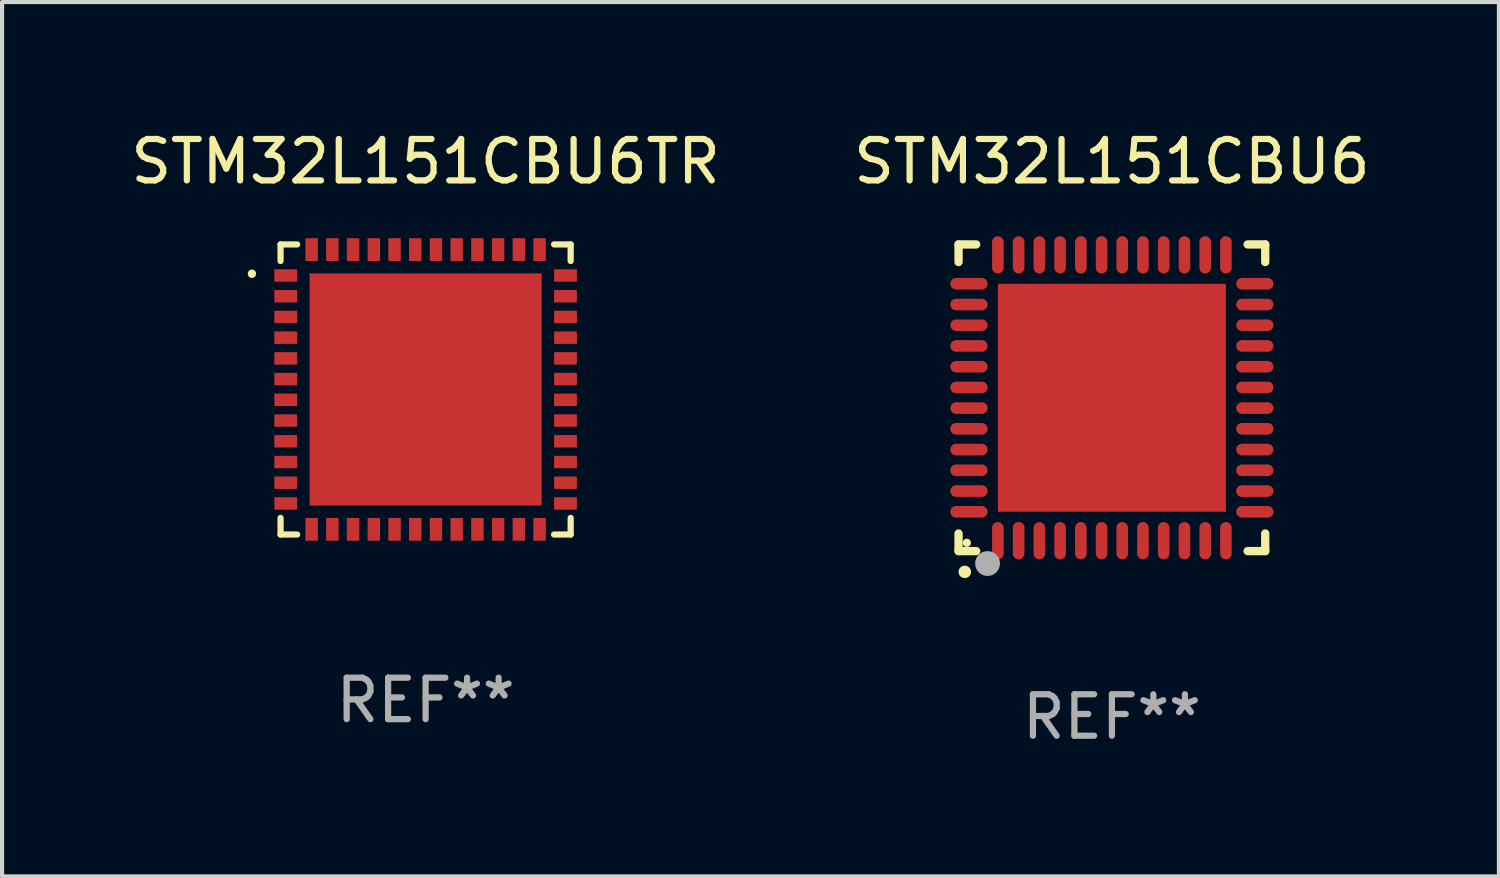
<source format=kicad_pcb>
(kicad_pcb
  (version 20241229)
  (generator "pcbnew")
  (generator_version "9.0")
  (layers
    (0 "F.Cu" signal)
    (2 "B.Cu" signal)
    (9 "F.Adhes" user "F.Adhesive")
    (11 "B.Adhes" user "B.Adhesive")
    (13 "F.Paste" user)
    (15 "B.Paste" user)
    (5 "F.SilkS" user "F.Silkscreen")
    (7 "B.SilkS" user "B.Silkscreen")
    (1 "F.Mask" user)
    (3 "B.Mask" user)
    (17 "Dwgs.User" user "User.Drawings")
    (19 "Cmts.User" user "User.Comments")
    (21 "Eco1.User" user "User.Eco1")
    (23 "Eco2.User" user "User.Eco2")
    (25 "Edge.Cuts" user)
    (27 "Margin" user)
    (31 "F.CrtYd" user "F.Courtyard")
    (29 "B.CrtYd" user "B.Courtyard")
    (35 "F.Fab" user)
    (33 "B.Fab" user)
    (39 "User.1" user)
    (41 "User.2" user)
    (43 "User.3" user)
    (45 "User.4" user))
  (footprint "STM32L151CBU6TR"
    (layer "F.Cu")
    (at 7.22 6.348)
    (property "Reference" "STM32L151CBU6TR" (at 0 -5.5 0) (layer "F.SilkS") (effects (font (size 1 1) (thickness 0.15))))
    (attr through_hole)
    (fp_line (start -3.5 -3.5) (end -3.1 -3.5) (stroke (width 0.15) (type solid)) (layer "F.SilkS"))
    (fp_line (start -3.5 -3.1) (end -3.5 -3.5) (stroke (width 0.15) (type solid)) (layer "F.SilkS"))
    (fp_line (start -3.5 3.5) (end -3.5 3.1) (stroke (width 0.15) (type solid)) (layer "F.SilkS"))
    (fp_line (start -3.1 3.5) (end -3.5 3.5) (stroke (width 0.15) (type solid)) (layer "F.SilkS"))
    (fp_line (start 3.1 -3.5) (end 3.5 -3.5) (stroke (width 0.15) (type solid)) (layer "F.SilkS"))
    (fp_line (start 3.5 -3.5) (end 3.5 -3.1) (stroke (width 0.15) (type solid)) (layer "F.SilkS"))
    (fp_line (start 3.5 3.1) (end 3.5 3.5) (stroke (width 0.15) (type solid)) (layer "F.SilkS"))
    (fp_line (start 3.5 3.5) (end 3.1 3.5) (stroke (width 0.15) (type solid)) (layer "F.SilkS"))
    (fp_arc (start -4.191567 -2.790831) (mid -4.191302 -2.792421) (end -4.191008 -2.794006) (stroke (width 0.2) (type solid)) (layer "F.SilkS"))
    (fp_text user "REF**" (at 0 7.5 0) (layer "F.Fab") (effects (font (size 1 1) (thickness 0.15))))
    (pad "1" smd rect (at -3.375 -2.75) (size 0.55 0.3) (layers "F.Cu" "F.Mask" "F.Paste"))
    (pad "2" smd rect (at -3.375 -2.25) (size 0.55 0.3) (layers "F.Cu" "F.Mask" "F.Paste"))
    (pad "3" smd rect (at -3.375 -1.75) (size 0.55 0.3) (layers "F.Cu" "F.Mask" "F.Paste"))
    (pad "4" smd rect (at -3.375 -1.25) (size 0.55 0.3) (layers "F.Cu" "F.Mask" "F.Paste"))
    (pad "5" smd rect (at -3.375 -0.75) (size 0.55 0.3) (layers "F.Cu" "F.Mask" "F.Paste"))
    (pad "6" smd rect (at -3.375 -0.25) (size 0.55 0.3) (layers "F.Cu" "F.Mask" "F.Paste"))
    (pad "7" smd rect (at -3.375 0.25) (size 0.55 0.3) (layers "F.Cu" "F.Mask" "F.Paste"))
    (pad "8" smd rect (at -3.375 0.75) (size 0.55 0.3) (layers "F.Cu" "F.Mask" "F.Paste"))
    (pad "9" smd rect (at -3.375 1.25) (size 0.55 0.3) (layers "F.Cu" "F.Mask" "F.Paste"))
    (pad "10" smd rect (at -3.375 1.75) (size 0.55 0.3) (layers "F.Cu" "F.Mask" "F.Paste"))
    (pad "11" smd rect (at -3.375 2.25) (size 0.55 0.3) (layers "F.Cu" "F.Mask" "F.Paste"))
    (pad "12" smd rect (at -3.375 2.75) (size 0.55 0.3) (layers "F.Cu" "F.Mask" "F.Paste"))
    (pad "13" smd rect (at -2.75 3.375 90) (size 0.55 0.3) (layers "F.Cu" "F.Mask" "F.Paste"))
    (pad "14" smd rect (at -2.25 3.375 90) (size 0.55 0.3) (layers "F.Cu" "F.Mask" "F.Paste"))
    (pad "15" smd rect (at -1.75 3.375 90) (size 0.55 0.3) (layers "F.Cu" "F.Mask" "F.Paste"))
    (pad "16" smd rect (at -1.25 3.375 90) (size 0.55 0.3) (layers "F.Cu" "F.Mask" "F.Paste"))
    (pad "17" smd rect (at -0.75 3.375 90) (size 0.55 0.3) (layers "F.Cu" "F.Mask" "F.Paste"))
    (pad "18" smd rect (at -0.25 3.375 90) (size 0.55 0.3) (layers "F.Cu" "F.Mask" "F.Paste"))
    (pad "19" smd rect (at 0.25 3.375 90) (size 0.55 0.3) (layers "F.Cu" "F.Mask" "F.Paste"))
    (pad "20" smd rect (at 0.75 3.375 90) (size 0.55 0.3) (layers "F.Cu" "F.Mask" "F.Paste"))
    (pad "21" smd rect (at 1.25 3.375 90) (size 0.55 0.3) (layers "F.Cu" "F.Mask" "F.Paste"))
    (pad "22" smd rect (at 1.75 3.375 90) (size 0.55 0.3) (layers "F.Cu" "F.Mask" "F.Paste"))
    (pad "23" smd rect (at 2.25 3.375 90) (size 0.55 0.3) (layers "F.Cu" "F.Mask" "F.Paste"))
    (pad "24" smd rect (at 2.75 3.375 90) (size 0.55 0.3) (layers "F.Cu" "F.Mask" "F.Paste"))
    (pad "25" smd rect (at 3.375 2.75) (size 0.55 0.3) (layers "F.Cu" "F.Mask" "F.Paste"))
    (pad "26" smd rect (at 3.375 2.25) (size 0.55 0.3) (layers "F.Cu" "F.Mask" "F.Paste"))
    (pad "27" smd rect (at 3.375 1.75) (size 0.55 0.3) (layers "F.Cu" "F.Mask" "F.Paste"))
    (pad "28" smd rect (at 3.375 1.25) (size 0.55 0.3) (layers "F.Cu" "F.Mask" "F.Paste"))
    (pad "29" smd rect (at 3.375 0.75) (size 0.55 0.3) (layers "F.Cu" "F.Mask" "F.Paste"))
    (pad "30" smd rect (at 3.375 0.25) (size 0.55 0.3) (layers "F.Cu" "F.Mask" "F.Paste"))
    (pad "31" smd rect (at 3.375 -0.25) (size 0.55 0.3) (layers "F.Cu" "F.Mask" "F.Paste"))
    (pad "32" smd rect (at 3.375 -0.75) (size 0.55 0.3) (layers "F.Cu" "F.Mask" "F.Paste"))
    (pad "33" smd rect (at 3.375 -1.25) (size 0.55 0.3) (layers "F.Cu" "F.Mask" "F.Paste"))
    (pad "34" smd rect (at 3.375 -1.75) (size 0.55 0.3) (layers "F.Cu" "F.Mask" "F.Paste"))
    (pad "35" smd rect (at 3.375 -2.25) (size 0.55 0.3) (layers "F.Cu" "F.Mask" "F.Paste"))
    (pad "36" smd rect (at 3.375 -2.75) (size 0.55 0.3) (layers "F.Cu" "F.Mask" "F.Paste"))
    (pad "37" smd rect (at 2.75 -3.375 90) (size 0.55 0.3) (layers "F.Cu" "F.Mask" "F.Paste"))
    (pad "38" smd rect (at 2.25 -3.375 90) (size 0.55 0.3) (layers "F.Cu" "F.Mask" "F.Paste"))
    (pad "39" smd rect (at 1.75 -3.375 90) (size 0.55 0.3) (layers "F.Cu" "F.Mask" "F.Paste"))
    (pad "40" smd rect (at 1.25 -3.375 90) (size 0.55 0.3) (layers "F.Cu" "F.Mask" "F.Paste"))
    (pad "41" smd rect (at 0.75 -3.375 90) (size 0.55 0.3) (layers "F.Cu" "F.Mask" "F.Paste"))
    (pad "42" smd rect (at 0.25 -3.375 90) (size 0.55 0.3) (layers "F.Cu" "F.Mask" "F.Paste"))
    (pad "43" smd rect (at -0.25 -3.375 90) (size 0.55 0.3) (layers "F.Cu" "F.Mask" "F.Paste"))
    (pad "44" smd rect (at -0.75 -3.375 90) (size 0.55 0.3) (layers "F.Cu" "F.Mask" "F.Paste"))
    (pad "45" smd rect (at -1.25 -3.375 90) (size 0.55 0.3) (layers "F.Cu" "F.Mask" "F.Paste"))
    (pad "46" smd rect (at -1.75 -3.375 90) (size 0.55 0.3) (layers "F.Cu" "F.Mask" "F.Paste"))
    (pad "47" smd rect (at -2.25 -3.375 90) (size 0.55 0.3) (layers "F.Cu" "F.Mask" "F.Paste"))
    (pad "48" smd rect (at -2.75 -3.375 90) (size 0.55 0.3) (layers "F.Cu" "F.Mask" "F.Paste"))
    (pad "49" smd rect (at 0 0) (size 5.6 5.6) (layers "F.Cu" "F.Mask" "F.Paste")))
  (footprint "STM32L151CBU6"
    (layer "F.Cu")
    (at 23.78 6.548)
    (property "Reference" "STM32L151CBU6" (at 0 -5.7 0) (layer "F.SilkS") (effects (font (size 1 1) (thickness 0.15))))
    (attr through_hole)
    (fp_line (start -3.7 -3.7) (end -3.275 -3.7) (stroke (width 0.2) (type solid)) (layer "F.SilkS"))
    (fp_line (start -3.7 -3.275) (end -3.7 -3.7) (stroke (width 0.2) (type solid)) (layer "F.SilkS"))
    (fp_line (start -3.7 3.7) (end -3.7 3.275) (stroke (width 0.2) (type solid)) (layer "F.SilkS"))
    (fp_line (start -3.275 3.7) (end -3.7 3.7) (stroke (width 0.2) (type solid)) (layer "F.SilkS"))
    (fp_line (start 3.7 -3.7) (end 3.275 -3.7) (stroke (width 0.2) (type solid)) (layer "F.SilkS"))
    (fp_line (start 3.7 -3.275) (end 3.7 -3.7) (stroke (width 0.2) (type solid)) (layer "F.SilkS"))
    (fp_line (start 3.7 3.275) (end 3.7 3.7) (stroke (width 0.2) (type solid)) (layer "F.SilkS"))
    (fp_line (start 3.7 3.7) (end 3.275 3.7) (stroke (width 0.2) (type solid)) (layer "F.SilkS"))
    (fp_arc (start -3.550927 4.201168) (mid -3.549657 4.201163) (end -3.548387 4.201168) (stroke (width 0.3) (type solid)) (layer "F.SilkS"))
    (fp_circle (center -3.5 3.5) (end -3.45 3.5) (stroke (width 0.1) (type solid)) (fill no) (layer "F.SilkS"))
    (fp_circle (center -3 4) (end -2.85 4) (stroke (width 0.3) (type solid)) (fill no) (layer "F.Fab"))
    (fp_text user "REF**" (at 0 7.7 0) (layer "F.Fab") (effects (font (size 1 1) (thickness 0.15))))
    (pad "1" smd oval (at -2.751 3.449) (size 0.28 0.9) (layers "F.Cu" "F.Mask" "F.Paste"))
    (pad "2" smd oval (at -2.25 3.449) (size 0.28 0.9) (layers "F.Cu" "F.Mask" "F.Paste"))
    (pad "3" smd oval (at -1.75 3.449) (size 0.28 0.9) (layers "F.Cu" "F.Mask" "F.Paste"))
    (pad "4" smd oval (at -1.25 3.449) (size 0.28 0.9) (layers "F.Cu" "F.Mask" "F.Paste"))
    (pad "5" smd oval (at -0.749 3.449) (size 0.28 0.9) (layers "F.Cu" "F.Mask" "F.Paste"))
    (pad "6" smd oval (at -0.249 3.449) (size 0.28 0.9) (layers "F.Cu" "F.Mask" "F.Paste"))
    (pad "7" smd oval (at 0.249 3.449) (size 0.28 0.9) (layers "F.Cu" "F.Mask" "F.Paste"))
    (pad "8" smd oval (at 0.749 3.449) (size 0.28 0.9) (layers "F.Cu" "F.Mask" "F.Paste"))
    (pad "9" smd oval (at 1.25 3.449) (size 0.28 0.9) (layers "F.Cu" "F.Mask" "F.Paste"))
    (pad "10" smd oval (at 1.75 3.449) (size 0.28 0.9) (layers "F.Cu" "F.Mask" "F.Paste"))
    (pad "11" smd oval (at 2.251 3.449) (size 0.28 0.9) (layers "F.Cu" "F.Mask" "F.Paste"))
    (pad "12" smd oval (at 2.751 3.449) (size 0.28 0.9) (layers "F.Cu" "F.Mask" "F.Paste"))
    (pad "13" smd oval (at 3.449 2.751) (size 0.9 0.28) (layers "F.Cu" "F.Mask" "F.Paste"))
    (pad "14" smd oval (at 3.449 2.251) (size 0.9 0.28) (layers "F.Cu" "F.Mask" "F.Paste"))
    (pad "15" smd oval (at 3.449 1.75) (size 0.9 0.28) (layers "F.Cu" "F.Mask" "F.Paste"))
    (pad "16" smd oval (at 3.449 1.25) (size 0.9 0.28) (layers "F.Cu" "F.Mask" "F.Paste"))
    (pad "17" smd oval (at 3.449 0.749) (size 0.9 0.28) (layers "F.Cu" "F.Mask" "F.Paste"))
    (pad "18" smd oval (at 3.449 0.249) (size 0.9 0.28) (layers "F.Cu" "F.Mask" "F.Paste"))
    (pad "19" smd oval (at 3.449 -0.249) (size 0.9 0.28) (layers "F.Cu" "F.Mask" "F.Paste"))
    (pad "20" smd oval (at 3.449 -0.749) (size 0.9 0.28) (layers "F.Cu" "F.Mask" "F.Paste"))
    (pad "21" smd oval (at 3.449 -1.25) (size 0.9 0.28) (layers "F.Cu" "F.Mask" "F.Paste"))
    (pad "22" smd oval (at 3.449 -1.75) (size 0.9 0.28) (layers "F.Cu" "F.Mask" "F.Paste"))
    (pad "23" smd oval (at 3.449 -2.25) (size 0.9 0.28) (layers "F.Cu" "F.Mask" "F.Paste"))
    (pad "24" smd oval (at 3.449 -2.751) (size 0.9 0.28) (layers "F.Cu" "F.Mask" "F.Paste"))
    (pad "25" smd oval (at 2.751 -3.449) (size 0.28 0.9) (layers "F.Cu" "F.Mask" "F.Paste"))
    (pad "26" smd oval (at 2.251 -3.449) (size 0.28 0.9) (layers "F.Cu" "F.Mask" "F.Paste"))
    (pad "27" smd oval (at 1.75 -3.449) (size 0.28 0.9) (layers "F.Cu" "F.Mask" "F.Paste"))
    (pad "28" smd oval (at 1.25 -3.449) (size 0.28 0.9) (layers "F.Cu" "F.Mask" "F.Paste"))
    (pad "29" smd oval (at 0.749 -3.449) (size 0.28 0.9) (layers "F.Cu" "F.Mask" "F.Paste"))
    (pad "30" smd oval (at 0.249 -3.449) (size 0.28 0.9) (layers "F.Cu" "F.Mask" "F.Paste"))
    (pad "31" smd oval (at -0.249 -3.449) (size 0.28 0.9) (layers "F.Cu" "F.Mask" "F.Paste"))
    (pad "32" smd oval (at -0.749 -3.449) (size 0.28 0.9) (layers "F.Cu" "F.Mask" "F.Paste"))
    (pad "33" smd oval (at -1.25 -3.449) (size 0.28 0.9) (layers "F.Cu" "F.Mask" "F.Paste"))
    (pad "34" smd oval (at -1.75 -3.449) (size 0.28 0.9) (layers "F.Cu" "F.Mask" "F.Paste"))
    (pad "35" smd oval (at -2.25 -3.449) (size 0.28 0.9) (layers "F.Cu" "F.Mask" "F.Paste"))
    (pad "36" smd oval (at -2.751 -3.449) (size 0.28 0.9) (layers "F.Cu" "F.Mask" "F.Paste"))
    (pad "37" smd oval (at -3.449 -2.751) (size 0.9 0.28) (layers "F.Cu" "F.Mask" "F.Paste"))
    (pad "38" smd oval (at -3.449 -2.25) (size 0.9 0.28) (layers "F.Cu" "F.Mask" "F.Paste"))
    (pad "39" smd oval (at -3.449 -1.75) (size 0.9 0.28) (layers "F.Cu" "F.Mask" "F.Paste"))
    (pad "40" smd oval (at -3.449 -1.25) (size 0.9 0.28) (layers "F.Cu" "F.Mask" "F.Paste"))
    (pad "41" smd oval (at -3.449 -0.749) (size 0.9 0.28) (layers "F.Cu" "F.Mask" "F.Paste"))
    (pad "42" smd oval (at -3.449 -0.249) (size 0.9 0.28) (layers "F.Cu" "F.Mask" "F.Paste"))
    (pad "43" smd oval (at -3.449 0.249) (size 0.9 0.28) (layers "F.Cu" "F.Mask" "F.Paste"))
    (pad "44" smd oval (at -3.449 0.749) (size 0.9 0.28) (layers "F.Cu" "F.Mask" "F.Paste"))
    (pad "45" smd oval (at -3.449 1.25) (size 0.9 0.28) (layers "F.Cu" "F.Mask" "F.Paste"))
    (pad "46" smd oval (at -3.449 1.75) (size 0.9 0.28) (layers "F.Cu" "F.Mask" "F.Paste"))
    (pad "47" smd oval (at -3.449 2.251) (size 0.9 0.28) (layers "F.Cu" "F.Mask" "F.Paste"))
    (pad "48" smd oval (at -3.449 2.751) (size 0.9 0.28) (layers "F.Cu" "F.Mask" "F.Paste"))
    (pad "49" smd rect (at 0.000076 0.000076) (size 5.5 5.5) (layers "F.Cu" "F.Mask" "F.Paste")))
  (gr_rect
    (start -3 -3)
    (end 33.119 18.097)
    (stroke (width 0.1) (type default))
    (fill no)
    (layer "Edge.Cuts")))
</source>
